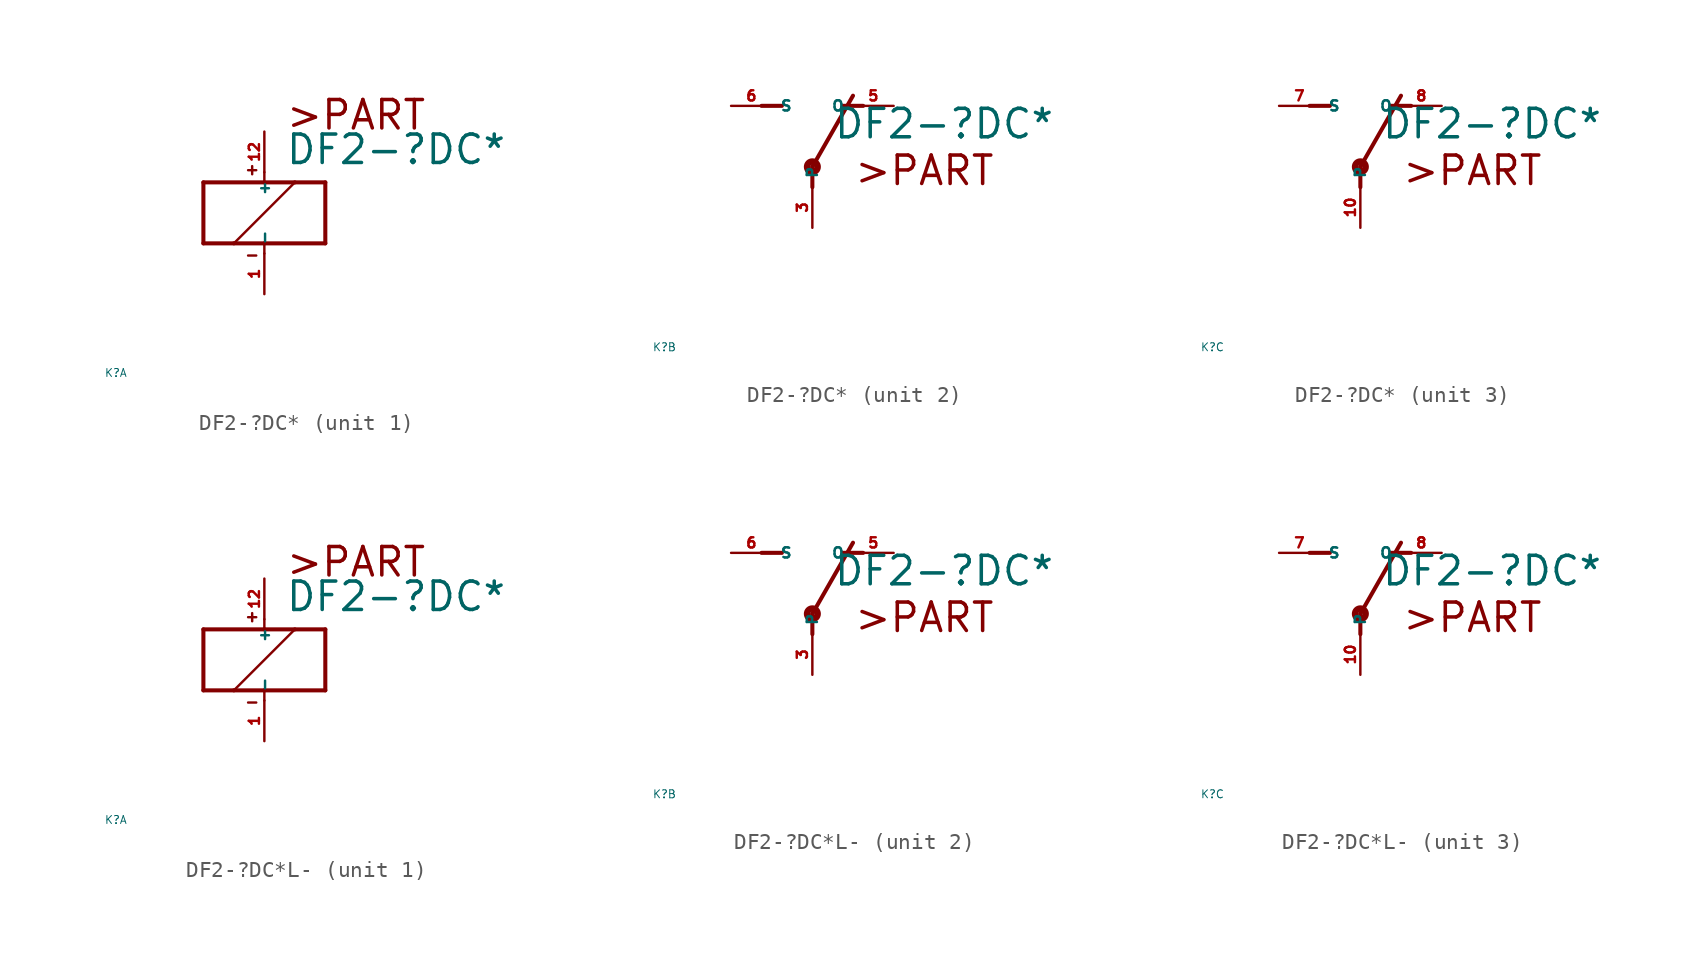
<source format=kicad_sym>
(kicad_symbol_lib
  (version 20220914)
  (generator Eagle2Kicad)
  (symbol "DF2-?DC*"
    (property "Reference" "K"
      (at -10 -10 0)
      (effects (font (size 0.5 0.5) (thickness 0.06)) (justify left)))
    (property "Value" "DF2-?DC*"
      (at 1.27 2.921 0)
      (effects (font (size 1.778 1.778) (thickness 0.22)) (justify left bottom)))
    (symbol "DF2-?DC*_1_0"
      (polyline (pts (xy -3.81 -1.905) (xy -1.905 -1.905)) (stroke (width 0.254) (type default)) (fill (type none)))
      (polyline (pts (xy 3.81 -1.905) (xy 3.81 1.905)) (stroke (width 0.254) (type default)) (fill (type none)))
      (polyline (pts (xy 3.81 1.905) (xy 1.905 1.905)) (stroke (width 0.254) (type default)) (fill (type none)))
      (polyline (pts (xy -3.81 1.905) (xy -3.81 -1.905)) (stroke (width 0.254) (type default)) (fill (type none)))
      (polyline (pts (xy 0 -2.54) (xy 0 -1.905)) (stroke (width 0.152) (type default)) (fill (type none)))
      (polyline (pts (xy 0 -1.905) (xy 3.81 -1.905)) (stroke (width 0.254) (type default)) (fill (type none)))
      (polyline (pts (xy 0 2.54) (xy 0 1.905)) (stroke (width 0.152) (type default)) (fill (type none)))
      (polyline (pts (xy 0 1.905) (xy -3.81 1.905)) (stroke (width 0.254) (type default)) (fill (type none)))
      (polyline (pts (xy -1.905 -1.905) (xy 1.905 1.905)) (stroke (width 0.152) (type default)) (fill (type none)))
      (polyline (pts (xy -1.905 -1.905) (xy 0 -1.905)) (stroke (width 0.254) (type default)) (fill (type none)))
      (polyline (pts (xy 1.905 1.905) (xy 0 1.905)) (stroke (width 0.254) (type default)) (fill (type none)))
      (polyline (pts (xy -1.016 2.667) (xy -0.508 2.667)) (stroke (width 0.152) (type default)) (fill (type none)))
      (polyline (pts (xy -0.762 2.921) (xy -0.762 2.413)) (stroke (width 0.152) (type default)) (fill (type none)))
      (polyline (pts (xy -1.016 -2.667) (xy -0.508 -2.667)) (stroke (width 0.152) (type default)) (fill (type none)))
      (text ">PART" (at 1.27 5.08 0) (effects (font (size 1.778 1.778) (thickness 0.22)) (justify left bottom)))
      (pin passive line (at 0 -5.08 90) (length 2.54) (name "-" (effects (font (size 0.635 0.635) (thickness 0.08)) (justify left bottom))) (number "1" (effects (font (size 0.635 0.635) (thickness 0.08)) (justify left bottom))))
      (pin passive line (at 0 5.08 270) (length 2.54) (name "+" (effects (font (size 0.635 0.635) (thickness 0.08)) (justify left bottom))) (number "12" (effects (font (size 0.635 0.635) (thickness 0.08)) (justify left bottom)))))
    (symbol "DF2-?DC*_2_0"
      (polyline (pts (xy 3.175 5.08) (xy 1.905 5.08)) (stroke (width 0.254) (type default)) (fill (type none)))
      (polyline (pts (xy -3.175 5.08) (xy -1.905 5.08)) (stroke (width 0.254) (type default)) (fill (type none)))
      (polyline (pts (xy 0 1.27) (xy 2.54 5.715)) (stroke (width 0.254) (type default)) (fill (type none)))
      (polyline (pts (xy 0 1.27) (xy 0 0)) (stroke (width 0.254) (type default)) (fill (type none)))
      (text ">PART" (at 2.54 0 0) (effects (font (size 1.778 1.778) (thickness 0.22)) (justify left bottom)))
      (circle (center 0 1.27) (radius 0.127) (stroke (width 0.406) (type default)) (fill (type none)))
      (pin passive line (at 5.08 5.08 180) (length 2.54) (name "O" (effects (font (size 0.635 0.635) (thickness 0.08)) (justify left bottom))) (number "5" (effects (font (size 0.635 0.635) (thickness 0.08)) (justify left bottom))))
      (pin passive line (at -5.08 5.08 0) (length 2.54) (name "S" (effects (font (size 0.635 0.635) (thickness 0.08)) (justify left bottom))) (number "6" (effects (font (size 0.635 0.635) (thickness 0.08)) (justify left bottom))))
      (pin passive line (at 0 -2.54 90) (length 2.54) (name "P" (effects (font (size 0.635 0.635) (thickness 0.08)) (justify left bottom))) (number "3" (effects (font (size 0.635 0.635) (thickness 0.08)) (justify left bottom)))))
    (symbol "DF2-?DC*_3_0"
      (polyline (pts (xy 3.175 5.08) (xy 1.905 5.08)) (stroke (width 0.254) (type default)) (fill (type none)))
      (polyline (pts (xy -3.175 5.08) (xy -1.905 5.08)) (stroke (width 0.254) (type default)) (fill (type none)))
      (polyline (pts (xy 0 1.27) (xy 2.54 5.715)) (stroke (width 0.254) (type default)) (fill (type none)))
      (polyline (pts (xy 0 1.27) (xy 0 0)) (stroke (width 0.254) (type default)) (fill (type none)))
      (text ">PART" (at 2.54 0 0) (effects (font (size 1.778 1.778) (thickness 0.22)) (justify left bottom)))
      (circle (center 0 1.27) (radius 0.127) (stroke (width 0.406) (type default)) (fill (type none)))
      (pin passive line (at 5.08 5.08 180) (length 2.54) (name "O" (effects (font (size 0.635 0.635) (thickness 0.08)) (justify left bottom))) (number "8" (effects (font (size 0.635 0.635) (thickness 0.08)) (justify left bottom))))
      (pin passive line (at -5.08 5.08 0) (length 2.54) (name "S" (effects (font (size 0.635 0.635) (thickness 0.08)) (justify left bottom))) (number "7" (effects (font (size 0.635 0.635) (thickness 0.08)) (justify left bottom))))
      (pin passive line (at 0 -2.54 90) (length 2.54) (name "P" (effects (font (size 0.635 0.635) (thickness 0.08)) (justify left bottom))) (number "10" (effects (font (size 0.635 0.635) (thickness 0.08)) (justify left bottom))))))
  (symbol "DF2-?DC*L-"
    (property "Reference" "K"
      (at -10 -10 0)
      (effects (font (size 0.5 0.5) (thickness 0.06)) (justify left)))
    (property "Value" "DF2-?DC*"
      (at 1.27 2.921 0)
      (effects (font (size 1.778 1.778) (thickness 0.22)) (justify left bottom)))
    (symbol "DF2-?DC*L-_1_0"
      (polyline (pts (xy -3.81 -1.905) (xy -1.905 -1.905)) (stroke (width 0.254) (type default)) (fill (type none)))
      (polyline (pts (xy 3.81 -1.905) (xy 3.81 1.905)) (stroke (width 0.254) (type default)) (fill (type none)))
      (polyline (pts (xy 3.81 1.905) (xy 1.905 1.905)) (stroke (width 0.254) (type default)) (fill (type none)))
      (polyline (pts (xy -3.81 1.905) (xy -3.81 -1.905)) (stroke (width 0.254) (type default)) (fill (type none)))
      (polyline (pts (xy 0 -2.54) (xy 0 -1.905)) (stroke (width 0.152) (type default)) (fill (type none)))
      (polyline (pts (xy 0 -1.905) (xy 3.81 -1.905)) (stroke (width 0.254) (type default)) (fill (type none)))
      (polyline (pts (xy 0 2.54) (xy 0 1.905)) (stroke (width 0.152) (type default)) (fill (type none)))
      (polyline (pts (xy 0 1.905) (xy -3.81 1.905)) (stroke (width 0.254) (type default)) (fill (type none)))
      (polyline (pts (xy -1.905 -1.905) (xy 1.905 1.905)) (stroke (width 0.152) (type default)) (fill (type none)))
      (polyline (pts (xy -1.905 -1.905) (xy 0 -1.905)) (stroke (width 0.254) (type default)) (fill (type none)))
      (polyline (pts (xy 1.905 1.905) (xy 0 1.905)) (stroke (width 0.254) (type default)) (fill (type none)))
      (polyline (pts (xy -1.016 2.667) (xy -0.508 2.667)) (stroke (width 0.152) (type default)) (fill (type none)))
      (polyline (pts (xy -0.762 2.921) (xy -0.762 2.413)) (stroke (width 0.152) (type default)) (fill (type none)))
      (polyline (pts (xy -1.016 -2.667) (xy -0.508 -2.667)) (stroke (width 0.152) (type default)) (fill (type none)))
      (text ">PART" (at 1.27 5.08 0) (effects (font (size 1.778 1.778) (thickness 0.22)) (justify left bottom)))
      (pin passive line (at 0 -5.08 90) (length 2.54) (name "-" (effects (font (size 0.635 0.635) (thickness 0.08)) (justify left bottom))) (number "1" (effects (font (size 0.635 0.635) (thickness 0.08)) (justify left bottom))))
      (pin passive line (at 0 5.08 270) (length 2.54) (name "+" (effects (font (size 0.635 0.635) (thickness 0.08)) (justify left bottom))) (number "12" (effects (font (size 0.635 0.635) (thickness 0.08)) (justify left bottom)))))
    (symbol "DF2-?DC*L-_2_0"
      (polyline (pts (xy 3.175 5.08) (xy 1.905 5.08)) (stroke (width 0.254) (type default)) (fill (type none)))
      (polyline (pts (xy -3.175 5.08) (xy -1.905 5.08)) (stroke (width 0.254) (type default)) (fill (type none)))
      (polyline (pts (xy 0 1.27) (xy 2.54 5.715)) (stroke (width 0.254) (type default)) (fill (type none)))
      (polyline (pts (xy 0 1.27) (xy 0 0)) (stroke (width 0.254) (type default)) (fill (type none)))
      (text ">PART" (at 2.54 0 0) (effects (font (size 1.778 1.778) (thickness 0.22)) (justify left bottom)))
      (circle (center 0 1.27) (radius 0.127) (stroke (width 0.406) (type default)) (fill (type none)))
      (pin passive line (at 5.08 5.08 180) (length 2.54) (name "O" (effects (font (size 0.635 0.635) (thickness 0.08)) (justify left bottom))) (number "5" (effects (font (size 0.635 0.635) (thickness 0.08)) (justify left bottom))))
      (pin passive line (at -5.08 5.08 0) (length 2.54) (name "S" (effects (font (size 0.635 0.635) (thickness 0.08)) (justify left bottom))) (number "6" (effects (font (size 0.635 0.635) (thickness 0.08)) (justify left bottom))))
      (pin passive line (at 0 -2.54 90) (length 2.54) (name "P" (effects (font (size 0.635 0.635) (thickness 0.08)) (justify left bottom))) (number "3" (effects (font (size 0.635 0.635) (thickness 0.08)) (justify left bottom)))))
    (symbol "DF2-?DC*L-_3_0"
      (polyline (pts (xy 3.175 5.08) (xy 1.905 5.08)) (stroke (width 0.254) (type default)) (fill (type none)))
      (polyline (pts (xy -3.175 5.08) (xy -1.905 5.08)) (stroke (width 0.254) (type default)) (fill (type none)))
      (polyline (pts (xy 0 1.27) (xy 2.54 5.715)) (stroke (width 0.254) (type default)) (fill (type none)))
      (polyline (pts (xy 0 1.27) (xy 0 0)) (stroke (width 0.254) (type default)) (fill (type none)))
      (text ">PART" (at 2.54 0 0) (effects (font (size 1.778 1.778) (thickness 0.22)) (justify left bottom)))
      (circle (center 0 1.27) (radius 0.127) (stroke (width 0.406) (type default)) (fill (type none)))
      (pin passive line (at 5.08 5.08 180) (length 2.54) (name "O" (effects (font (size 0.635 0.635) (thickness 0.08)) (justify left bottom))) (number "8" (effects (font (size 0.635 0.635) (thickness 0.08)) (justify left bottom))))
      (pin passive line (at -5.08 5.08 0) (length 2.54) (name "S" (effects (font (size 0.635 0.635) (thickness 0.08)) (justify left bottom))) (number "7" (effects (font (size 0.635 0.635) (thickness 0.08)) (justify left bottom))))
      (pin passive line (at 0 -2.54 90) (length 2.54) (name "P" (effects (font (size 0.635 0.635) (thickness 0.08)) (justify left bottom))) (number "10" (effects (font (size 0.635 0.635) (thickness 0.08)) (justify left bottom)))))))
</source>
